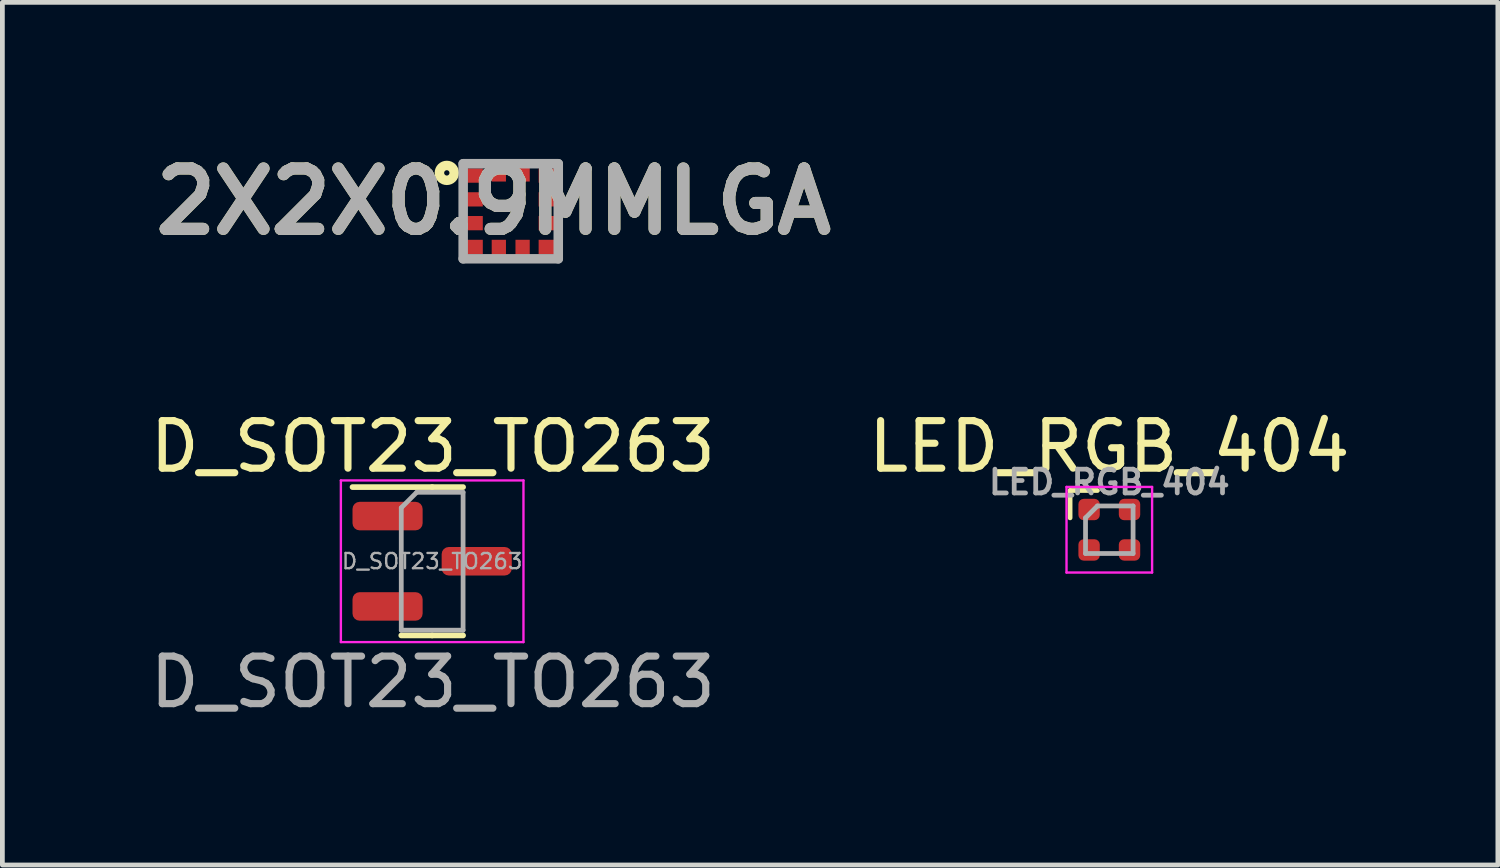
<source format=kicad_pcb>
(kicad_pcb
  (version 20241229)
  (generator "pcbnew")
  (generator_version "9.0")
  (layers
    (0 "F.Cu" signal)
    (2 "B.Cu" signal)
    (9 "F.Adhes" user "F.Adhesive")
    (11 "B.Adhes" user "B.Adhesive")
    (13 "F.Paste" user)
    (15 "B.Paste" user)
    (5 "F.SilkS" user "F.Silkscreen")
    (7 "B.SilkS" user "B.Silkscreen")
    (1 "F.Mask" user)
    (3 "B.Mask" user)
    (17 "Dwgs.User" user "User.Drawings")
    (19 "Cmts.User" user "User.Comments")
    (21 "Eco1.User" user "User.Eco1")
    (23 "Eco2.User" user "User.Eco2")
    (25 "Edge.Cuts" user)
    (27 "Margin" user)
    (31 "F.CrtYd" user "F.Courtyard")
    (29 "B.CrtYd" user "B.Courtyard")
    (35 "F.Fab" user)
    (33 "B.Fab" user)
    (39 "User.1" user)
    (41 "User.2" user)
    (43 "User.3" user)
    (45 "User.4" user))
  (footprint "LED_RGB_404"
    (layer "F.Cu")
    (at 20.28 8.091)
    (property "Reference" "LED_RGB_404" (at 0 -1.75 0) (layer "F.SilkS") (effects (font (size 1 1) (thickness 0.15))))
    (attr smd)
    (fp_line (start -0.825 -0.825) (end -0.825 -0.25) (stroke (width 0.1) (type solid)) (layer "F.SilkS"))
    (fp_line (start -0.25 -0.825) (end -0.825 -0.825) (stroke (width 0.1) (type solid)) (layer "F.SilkS"))
    (fp_line (start -0.9 -0.9) (end -0.9 0.9) (stroke (width 0.05) (type solid)) (layer "F.CrtYd"))
    (fp_line (start -0.9 0.9) (end 0.9 0.9) (stroke (width 0.05) (type solid)) (layer "F.CrtYd"))
    (fp_line (start 0.9 -0.9) (end -0.9 -0.9) (stroke (width 0.05) (type solid)) (layer "F.CrtYd"))
    (fp_line (start 0.9 0.9) (end 0.9 -0.9) (stroke (width 0.05) (type solid)) (layer "F.CrtYd"))
    (fp_line (start -0.5 -0.25) (end -0.5 0.5) (stroke (width 0.1) (type solid)) (layer "F.Fab"))
    (fp_line (start -0.5 0.5) (end 0.5 0.5) (stroke (width 0.1) (type solid)) (layer "F.Fab"))
    (fp_line (start -0.25 -0.5) (end -0.5 -0.25) (stroke (width 0.1) (type solid)) (layer "F.Fab"))
    (fp_line (start 0.5 -0.5) (end -0.25 -0.5) (stroke (width 0.1) (type solid)) (layer "F.Fab"))
    (fp_line (start 0.5 0.5) (end 0.5 -0.5) (stroke (width 0.1) (type solid)) (layer "F.Fab"))
    (fp_text user "${REFERENCE}" (at 0 -1 0) (layer "F.Fab") (effects (font (size 0.5 0.5) (thickness 0.1))))
    (pad "1" smd roundrect (at -0.425 -0.425) (size 0.45 0.45) (layers "F.Cu" "F.Mask" "F.Paste") (roundrect_rratio 0.25))
    (pad "2" smd roundrect (at 0.425 -0.425) (size 0.45 0.45) (layers "F.Cu" "F.Mask" "F.Paste") (roundrect_rratio 0.25))
    (pad "3" smd roundrect (at 0.425 0.425) (size 0.45 0.45) (layers "F.Cu" "F.Mask" "F.Paste") (roundrect_rratio 0.25))
    (pad "4" smd roundrect (at -0.425 0.425) (size 0.45 0.45) (layers "F.Cu" "F.Mask" "F.Paste") (roundrect_rratio 0.25)))
  (footprint "2X2X0.9MMLGA"
    (layer "F.Cu")
    (at 7.691 1.393)
    (property "Reference" "2X2X0.9MMLGA" (at -0.361 -0.204 0) (layer "F.SilkS") (effects (font (size 1.27 1.27) (thickness 0.254))))
    (attr smd)
    (fp_circle (center -1.344 -0.807) (end -1.344 -0.751) (stroke (width 0.2) (type solid)) (fill no) (layer "F.SilkS"))
    (fp_line (start -1 -1) (end 1 -1) (stroke (width 0.2) (type solid)) (layer "F.Fab"))
    (fp_line (start -1 1) (end -1 -1) (stroke (width 0.2) (type solid)) (layer "F.Fab"))
    (fp_line (start 1 -1) (end 1 1) (stroke (width 0.2) (type solid)) (layer "F.Fab"))
    (fp_line (start 1 1) (end -1 1) (stroke (width 0.2) (type solid)) (layer "F.Fab"))
    (fp_text user "${REFERENCE}" (at -0.361 -0.204 0) (layer "F.Fab") (effects (font (size 1.27 1.27) (thickness 0.254))))
    (pad "1" smd rect (at -0.762 -0.75 90) (size 0.3 0.35) (layers "F.Cu" "F.Mask" "F.Paste"))
    (pad "2" smd rect (at -0.762 -0.25 90) (size 0.3 0.35) (layers "F.Cu" "F.Mask" "F.Paste"))
    (pad "3" smd rect (at -0.762 0.25 90) (size 0.3 0.35) (layers "F.Cu" "F.Mask" "F.Paste"))
    (pad "4" smd rect (at -0.762 0.75 90) (size 0.3 0.35) (layers "F.Cu" "F.Mask" "F.Paste"))
    (pad "5" smd rect (at -0.25 0.775) (size 0.3 0.35) (layers "F.Cu" "F.Mask" "F.Paste"))
    (pad "6" smd rect (at 0.25 0.775) (size 0.3 0.35) (layers "F.Cu" "F.Mask" "F.Paste"))
    (pad "7" smd rect (at 0.762 0.75 90) (size 0.3 0.35) (layers "F.Cu" "F.Mask" "F.Paste"))
    (pad "8" smd rect (at 0.762 0.25 90) (size 0.3 0.35) (layers "F.Cu" "F.Mask" "F.Paste"))
    (pad "9" smd rect (at 0.762 -0.25 90) (size 0.3 0.35) (layers "F.Cu" "F.Mask" "F.Paste"))
    (pad "10" smd rect (at 0.762 -0.75 90) (size 0.3 0.35) (layers "F.Cu" "F.Mask" "F.Paste"))
    (pad "11" smd rect (at 0.25 -0.8) (size 0.3 0.35) (layers "F.Cu" "F.Mask" "F.Paste"))
    (pad "12" smd rect (at -0.25 -0.8) (size 0.3 0.35) (layers "F.Cu" "F.Mask" "F.Paste")))
  (footprint "D_SOT23_TO263"
    (layer "F.Cu")
    (at 6.054 8.754)
    (property "Reference" "D_SOT23_TO263" (at 0 -2.413 0) (unlocked yes) (layer "F.SilkS") (effects (font (size 1 1) (thickness 0.15))))
    (attr smd)
    (fp_line (start -0.015 -1.56) (end -1.69 -1.56) (stroke (width 0.12) (type solid)) (layer "F.SilkS"))
    (fp_line (start -0.015 -1.56) (end 0.635 -1.56) (stroke (width 0.12) (type solid)) (layer "F.SilkS"))
    (fp_line (start -0.015 1.56) (end -0.665 1.56) (stroke (width 0.12) (type solid)) (layer "F.SilkS"))
    (fp_line (start -0.015 1.56) (end 0.635 1.56) (stroke (width 0.12) (type solid)) (layer "F.SilkS"))
    (fp_line (start -1.935 -1.7) (end -1.935 1.7) (stroke (width 0.05) (type solid)) (layer "F.CrtYd"))
    (fp_line (start -1.935 1.7) (end 1.905 1.7) (stroke (width 0.05) (type solid)) (layer "F.CrtYd"))
    (fp_line (start 1.905 -1.7) (end -1.935 -1.7) (stroke (width 0.05) (type solid)) (layer "F.CrtYd"))
    (fp_line (start 1.905 1.7) (end 1.905 -1.7) (stroke (width 0.05) (type solid)) (layer "F.CrtYd"))
    (fp_line (start -0.665 -1.125) (end -0.34 -1.45) (stroke (width 0.1) (type solid)) (layer "F.Fab"))
    (fp_line (start -0.665 1.45) (end -0.665 -1.125) (stroke (width 0.1) (type solid)) (layer "F.Fab"))
    (fp_line (start -0.34 -1.45) (end 0.635 -1.45) (stroke (width 0.1) (type solid)) (layer "F.Fab"))
    (fp_line (start 0.635 -1.45) (end 0.635 1.45) (stroke (width 0.1) (type solid)) (layer "F.Fab"))
    (fp_line (start 0.635 1.45) (end -0.665 1.45) (stroke (width 0.1) (type solid)) (layer "F.Fab"))
    (fp_text user "${REFERENCE}" (at -0.015 0 0) (layer "F.Fab") (effects (font (size 0.32 0.32) (thickness 0.05))))
    (fp_text user "${REFERENCE}" (at 0 2.54 0) (unlocked yes) (layer "F.Fab") (effects (font (size 1 1) (thickness 0.15))))
    (pad "1" smd roundrect (at -0.953 -0.95) (size 1.475 0.6) (layers "F.Cu" "F.Mask" "F.Paste") (roundrect_rratio 0.25))
    (pad "2" smd roundrect (at -0.953 0.95) (size 1.475 0.6) (layers "F.Cu" "F.Mask" "F.Paste") (roundrect_rratio 0.25))
    (pad "3" smd roundrect (at 0.922 0) (size 1.475 0.6) (layers "F.Cu" "F.Mask" "F.Paste") (roundrect_rratio 0.25)))
  (gr_rect
    (start -3 -3)
    (end 28.452 15.142)
    (stroke (width 0.1) (type default))
    (fill no)
    (layer "Edge.Cuts")))
</source>
